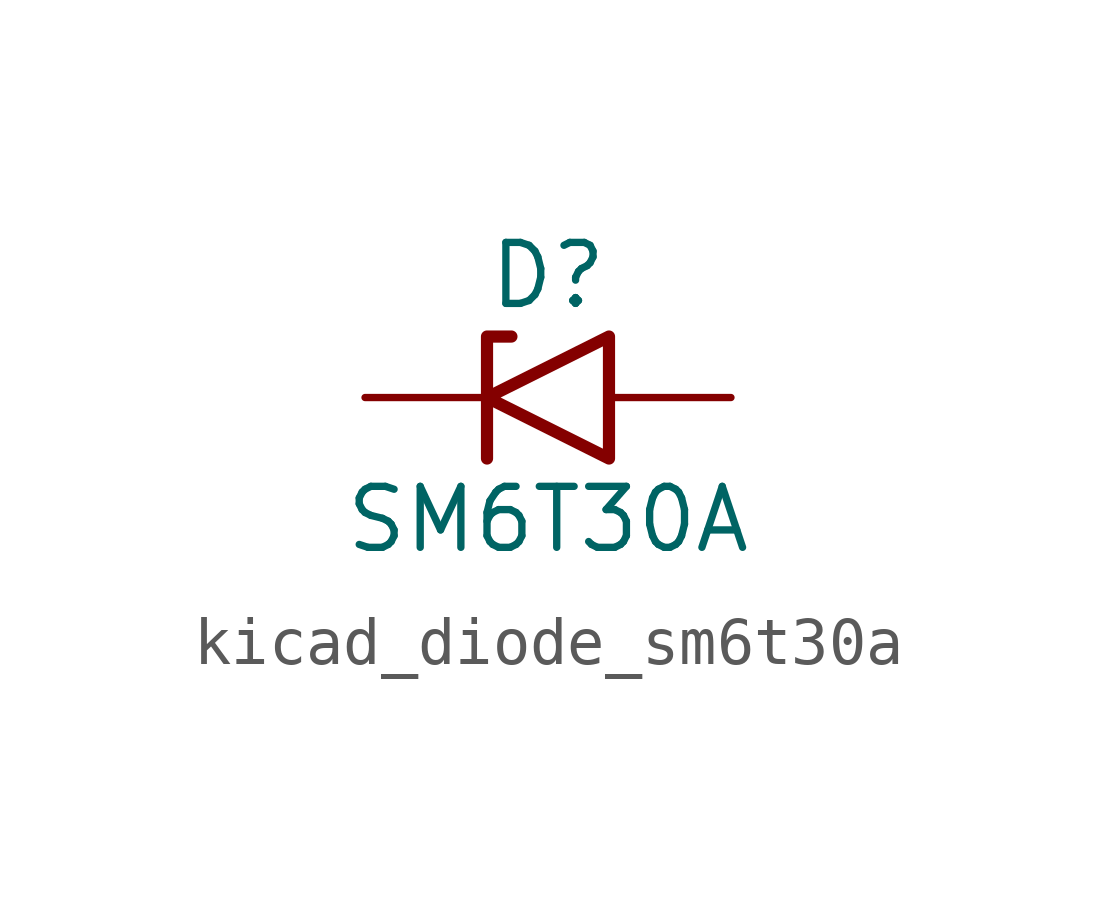
<source format=kicad_sym>
(kicad_symbol_lib
  (version 20220914)
  (generator kicad_symbol_editor)
  (symbol "kicad_diode_sm6t30a"
    (pin_numbers hide)
    (pin_names
      (offset 1.016) hide)
    (property "Reference" "D"
      (at 0 2.54 0)
      (effects (font (size 1.27 1.27))))
    (property "Value" "SM6T30A"
      (at 0 -2.54 0)
      (effects (font (size 1.27 1.27))))
    (symbol "kicad_diode_sm6t30a_0_1"
      (polyline (pts (xy -0.762 1.27) (xy -1.27 1.27) (xy -1.27 -1.27)) (stroke (width 0.254) (type default)) (fill (type none)))
      (polyline (pts (xy 1.27 1.27) (xy 1.27 -1.27) (xy -1.27 0) (xy 1.27 1.27)) (stroke (width 0.254) (type default)) (fill (type none))))
    (symbol "kicad_diode_sm6t30a_1_1"
      (pin passive line (at -3.81 0 0) (length 2.54) (name "A1" (effects (font (size 1.27 1.27)))) (number "1" (effects (font (size 1.27 1.27)))))
      (pin passive line (at 3.81 0 180) (length 2.54) (name "A2" (effects (font (size 1.27 1.27)))) (number "2" (effects (font (size 1.27 1.27))))))))
</source>
